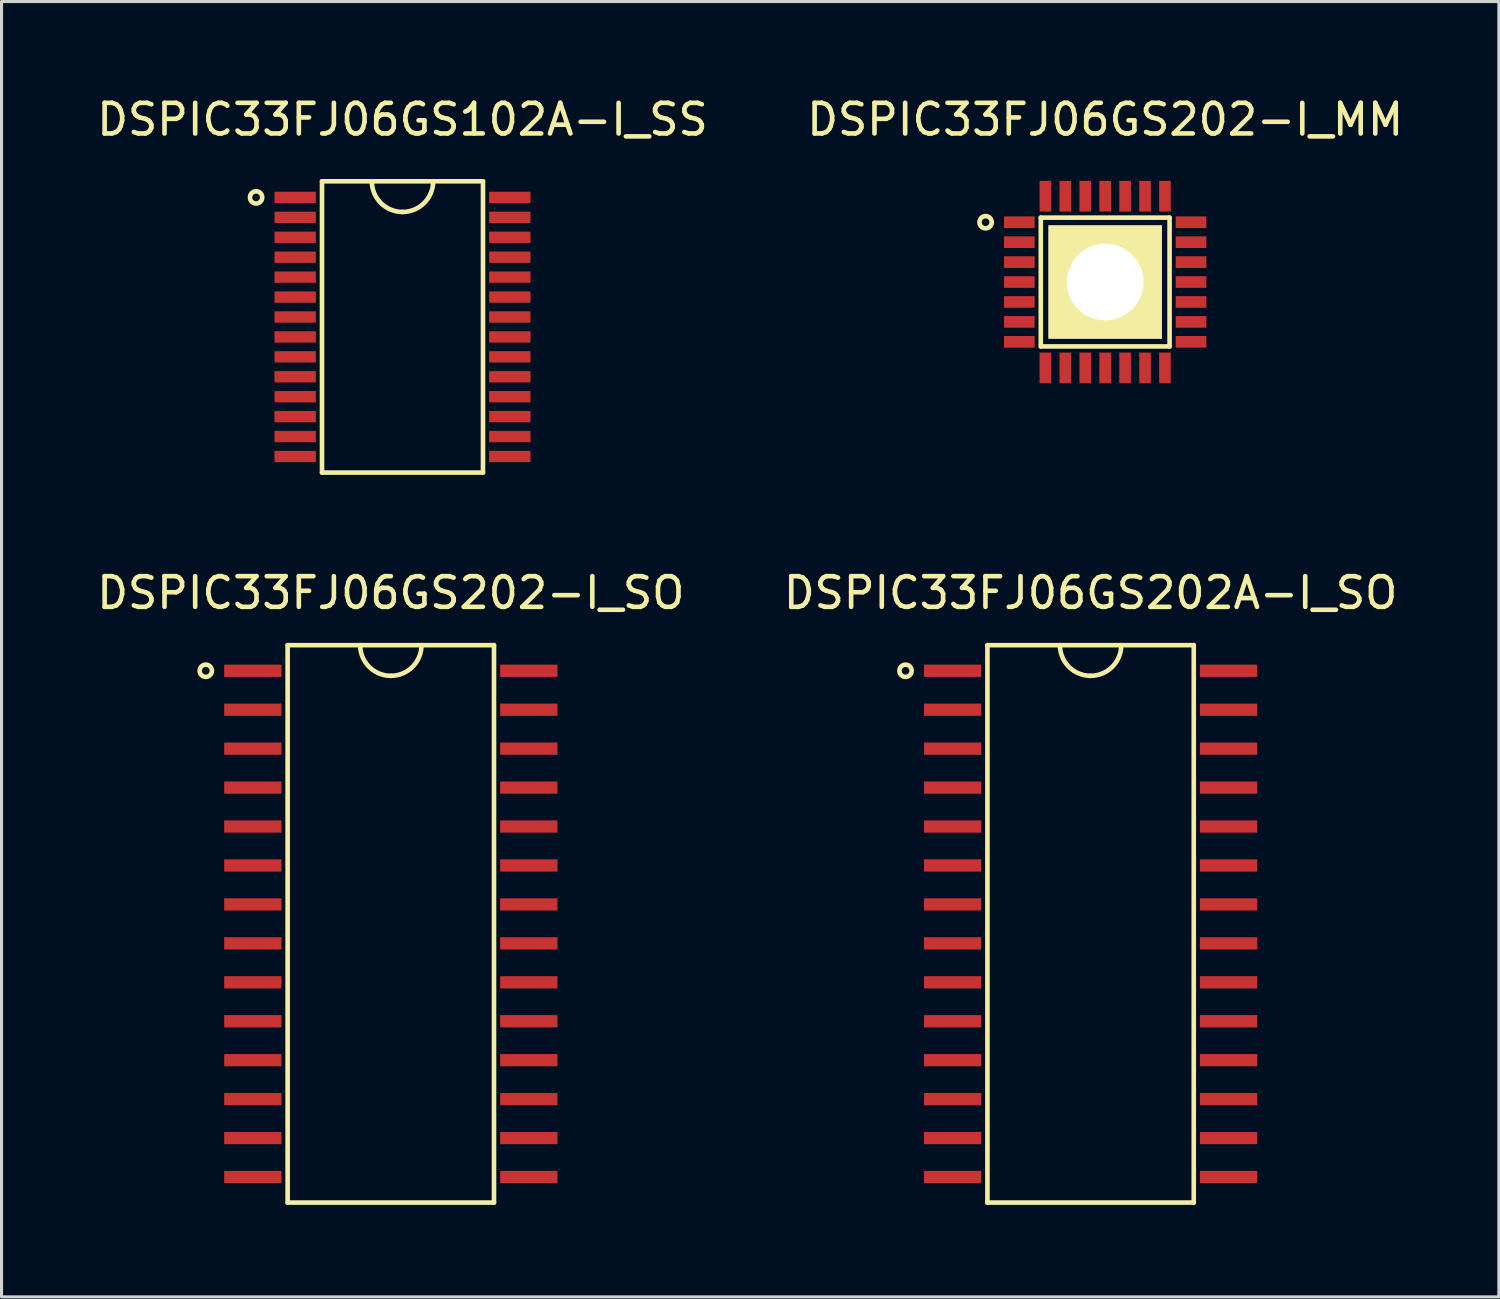
<source format=kicad_pcb>
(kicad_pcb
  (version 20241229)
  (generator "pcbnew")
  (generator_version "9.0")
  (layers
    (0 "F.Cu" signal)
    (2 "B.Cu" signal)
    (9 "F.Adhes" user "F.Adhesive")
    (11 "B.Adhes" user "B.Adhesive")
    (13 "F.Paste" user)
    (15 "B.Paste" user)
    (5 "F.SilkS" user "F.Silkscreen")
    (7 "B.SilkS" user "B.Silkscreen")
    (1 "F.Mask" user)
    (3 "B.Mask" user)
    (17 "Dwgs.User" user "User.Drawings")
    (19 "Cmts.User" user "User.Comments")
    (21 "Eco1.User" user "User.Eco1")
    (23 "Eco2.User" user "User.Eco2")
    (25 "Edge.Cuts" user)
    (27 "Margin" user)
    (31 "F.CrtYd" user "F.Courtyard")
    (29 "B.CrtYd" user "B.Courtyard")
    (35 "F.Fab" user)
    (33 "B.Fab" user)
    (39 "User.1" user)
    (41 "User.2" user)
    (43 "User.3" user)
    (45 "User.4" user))
  (footprint "DSPIC33FJ06GS102A-I_SS"
    (layer "F.Cu")
    (at 6.577 3.388)
    (property "Reference" "DSPIC33FJ06GS102A-I_SS" (at 3.5 -2.54 0) (layer "F.SilkS") (effects (font (size 1 1) (thickness 0.15))))
    (attr through_hole)
    (fp_line (start 0.875 -0.525) (end 6.125 -0.525) (stroke (width 0.15) (type solid)) (layer "F.SilkS"))
    (fp_line (start 0.875 8.975) (end 0.875 -0.525) (stroke (width 0.15) (type solid)) (layer "F.SilkS"))
    (fp_line (start 6.125 -0.525) (end 6.125 8.975) (stroke (width 0.15) (type solid)) (layer "F.SilkS"))
    (fp_line (start 6.125 8.975) (end 0.875 8.975) (stroke (width 0.15) (type solid)) (layer "F.SilkS"))
    (fp_arc (start 3.5 0.475) (mid 2.792893 0.182107) (end 2.5 -0.525) (stroke (width 0.15) (type solid)) (layer "F.SilkS"))
    (fp_arc (start 4.5 -0.525) (mid 4.207107 0.182107) (end 3.5 0.475) (stroke (width 0.15) (type solid)) (layer "F.SilkS"))
    (fp_circle (center -1.275 0) (end -1.275 0.2) (stroke (width 0.15) (type solid)) (fill no) (layer "F.SilkS"))
    (pad "1" smd rect (at 0 0) (size 1.35 0.37) (layers "F.Cu" "F.Mask" "F.Paste"))
    (pad "2" smd rect (at 0 0.65) (size 1.35 0.37) (layers "F.Cu" "F.Mask" "F.Paste"))
    (pad "3" smd rect (at 0 1.3) (size 1.35 0.37) (layers "F.Cu" "F.Mask" "F.Paste"))
    (pad "4" smd rect (at 0 1.95) (size 1.35 0.37) (layers "F.Cu" "F.Mask" "F.Paste"))
    (pad "5" smd rect (at 0 2.6) (size 1.35 0.37) (layers "F.Cu" "F.Mask" "F.Paste"))
    (pad "6" smd rect (at 0 3.25) (size 1.35 0.37) (layers "F.Cu" "F.Mask" "F.Paste"))
    (pad "7" smd rect (at 0 3.9) (size 1.35 0.37) (layers "F.Cu" "F.Mask" "F.Paste"))
    (pad "8" smd rect (at 0 4.55) (size 1.35 0.37) (layers "F.Cu" "F.Mask" "F.Paste"))
    (pad "9" smd rect (at 0 5.2) (size 1.35 0.37) (layers "F.Cu" "F.Mask" "F.Paste"))
    (pad "10" smd rect (at 0 5.85) (size 1.35 0.37) (layers "F.Cu" "F.Mask" "F.Paste"))
    (pad "11" smd rect (at 0 6.5) (size 1.35 0.37) (layers "F.Cu" "F.Mask" "F.Paste"))
    (pad "12" smd rect (at 0 7.15) (size 1.35 0.37) (layers "F.Cu" "F.Mask" "F.Paste"))
    (pad "13" smd rect (at 0 7.8) (size 1.35 0.37) (layers "F.Cu" "F.Mask" "F.Paste"))
    (pad "14" smd rect (at 0 8.45) (size 1.35 0.37) (layers "F.Cu" "F.Mask" "F.Paste"))
    (pad "15" smd rect (at 7 8.45) (size 1.35 0.37) (layers "F.Cu" "F.Mask" "F.Paste"))
    (pad "16" smd rect (at 7 7.8) (size 1.35 0.37) (layers "F.Cu" "F.Mask" "F.Paste"))
    (pad "17" smd rect (at 7 7.15) (size 1.35 0.37) (layers "F.Cu" "F.Mask" "F.Paste"))
    (pad "18" smd rect (at 7 6.5) (size 1.35 0.37) (layers "F.Cu" "F.Mask" "F.Paste"))
    (pad "19" smd rect (at 7 5.85) (size 1.35 0.37) (layers "F.Cu" "F.Mask" "F.Paste"))
    (pad "20" smd rect (at 7 5.2) (size 1.35 0.37) (layers "F.Cu" "F.Mask" "F.Paste"))
    (pad "21" smd rect (at 7 4.55) (size 1.35 0.37) (layers "F.Cu" "F.Mask" "F.Paste"))
    (pad "22" smd rect (at 7 3.9) (size 1.35 0.37) (layers "F.Cu" "F.Mask" "F.Paste"))
    (pad "23" smd rect (at 7 3.25) (size 1.35 0.37) (layers "F.Cu" "F.Mask" "F.Paste"))
    (pad "24" smd rect (at 7 2.6) (size 1.35 0.37) (layers "F.Cu" "F.Mask" "F.Paste"))
    (pad "25" smd rect (at 7 1.95) (size 1.35 0.37) (layers "F.Cu" "F.Mask" "F.Paste"))
    (pad "26" smd rect (at 7 1.3) (size 1.35 0.37) (layers "F.Cu" "F.Mask" "F.Paste"))
    (pad "27" smd rect (at 7 0.65) (size 1.35 0.37) (layers "F.Cu" "F.Mask" "F.Paste"))
    (pad "28" smd rect (at 7 0) (size 1.35 0.37) (layers "F.Cu" "F.Mask" "F.Paste")))
  (footprint "DSPIC33FJ06GS202A-I_SO"
    (layer "F.Cu")
    (at 28.018 18.826)
    (property "Reference" "DSPIC33FJ06GS202A-I_SO" (at 4.5 -2.54 0) (layer "F.SilkS") (effects (font (size 1 1) (thickness 0.15))))
    (attr through_hole)
    (fp_line (start 1.135 -0.835) (end 7.865 -0.835) (stroke (width 0.15) (type solid)) (layer "F.SilkS"))
    (fp_line (start 1.135 17.345) (end 1.135 -0.835) (stroke (width 0.15) (type solid)) (layer "F.SilkS"))
    (fp_line (start 7.865 -0.835) (end 7.865 17.345) (stroke (width 0.15) (type solid)) (layer "F.SilkS"))
    (fp_line (start 7.865 17.345) (end 1.135 17.345) (stroke (width 0.15) (type solid)) (layer "F.SilkS"))
    (fp_arc (start 4.5 0.165) (mid 3.792893 -0.127893) (end 3.5 -0.835) (stroke (width 0.15) (type solid)) (layer "F.SilkS"))
    (fp_arc (start 5.5 -0.835) (mid 5.207107 -0.127893) (end 4.5 0.165) (stroke (width 0.15) (type solid)) (layer "F.SilkS"))
    (fp_circle (center -1.535 0) (end -1.535 0.2) (stroke (width 0.15) (type solid)) (fill no) (layer "F.SilkS"))
    (pad "1" smd rect (at 0 0) (size 1.87 0.4) (layers "F.Cu" "F.Mask" "F.Paste"))
    (pad "2" smd rect (at 0 1.27) (size 1.87 0.4) (layers "F.Cu" "F.Mask" "F.Paste"))
    (pad "3" smd rect (at 0 2.54) (size 1.87 0.4) (layers "F.Cu" "F.Mask" "F.Paste"))
    (pad "4" smd rect (at 0 3.81) (size 1.87 0.4) (layers "F.Cu" "F.Mask" "F.Paste"))
    (pad "5" smd rect (at 0 5.08) (size 1.87 0.4) (layers "F.Cu" "F.Mask" "F.Paste"))
    (pad "6" smd rect (at 0 6.35) (size 1.87 0.4) (layers "F.Cu" "F.Mask" "F.Paste"))
    (pad "7" smd rect (at 0 7.62) (size 1.87 0.4) (layers "F.Cu" "F.Mask" "F.Paste"))
    (pad "8" smd rect (at 0 8.89) (size 1.87 0.4) (layers "F.Cu" "F.Mask" "F.Paste"))
    (pad "9" smd rect (at 0 10.16) (size 1.87 0.4) (layers "F.Cu" "F.Mask" "F.Paste"))
    (pad "10" smd rect (at 0 11.43) (size 1.87 0.4) (layers "F.Cu" "F.Mask" "F.Paste"))
    (pad "11" smd rect (at 0 12.7) (size 1.87 0.4) (layers "F.Cu" "F.Mask" "F.Paste"))
    (pad "12" smd rect (at 0 13.97) (size 1.87 0.4) (layers "F.Cu" "F.Mask" "F.Paste"))
    (pad "13" smd rect (at 0 15.24) (size 1.87 0.4) (layers "F.Cu" "F.Mask" "F.Paste"))
    (pad "14" smd rect (at 0 16.51) (size 1.87 0.4) (layers "F.Cu" "F.Mask" "F.Paste"))
    (pad "15" smd rect (at 9 16.51) (size 1.87 0.4) (layers "F.Cu" "F.Mask" "F.Paste"))
    (pad "16" smd rect (at 9 15.24) (size 1.87 0.4) (layers "F.Cu" "F.Mask" "F.Paste"))
    (pad "17" smd rect (at 9 13.97) (size 1.87 0.4) (layers "F.Cu" "F.Mask" "F.Paste"))
    (pad "18" smd rect (at 9 12.7) (size 1.87 0.4) (layers "F.Cu" "F.Mask" "F.Paste"))
    (pad "19" smd rect (at 9 11.43) (size 1.87 0.4) (layers "F.Cu" "F.Mask" "F.Paste"))
    (pad "20" smd rect (at 9 10.16) (size 1.87 0.4) (layers "F.Cu" "F.Mask" "F.Paste"))
    (pad "21" smd rect (at 9 8.89) (size 1.87 0.4) (layers "F.Cu" "F.Mask" "F.Paste"))
    (pad "22" smd rect (at 9 7.62) (size 1.87 0.4) (layers "F.Cu" "F.Mask" "F.Paste"))
    (pad "23" smd rect (at 9 6.35) (size 1.87 0.4) (layers "F.Cu" "F.Mask" "F.Paste"))
    (pad "24" smd rect (at 9 5.08) (size 1.87 0.4) (layers "F.Cu" "F.Mask" "F.Paste"))
    (pad "25" smd rect (at 9 3.81) (size 1.87 0.4) (layers "F.Cu" "F.Mask" "F.Paste"))
    (pad "26" smd rect (at 9 2.54) (size 1.87 0.4) (layers "F.Cu" "F.Mask" "F.Paste"))
    (pad "27" smd rect (at 9 1.27) (size 1.87 0.4) (layers "F.Cu" "F.Mask" "F.Paste"))
    (pad "28" smd rect (at 9 0) (size 1.87 0.4) (layers "F.Cu" "F.Mask" "F.Paste")))
  (footprint "DSPIC33FJ06GS202-I_MM"
    (layer "F.Cu")
    (at 30.194 3.348)
    (property "Reference" "DSPIC33FJ06GS202-I_MM" (at 2.8 -2.5 0) (layer "F.SilkS") (effects (font (size 1 1) (thickness 0.15))))
    (attr through_hole)
    (fp_line (start 0.7 0.7) (end 0.7 4.9) (stroke (width 0.15) (type solid)) (layer "F.SilkS"))
    (fp_line (start 0.7 0.7) (end 4.9 0.7) (stroke (width 0.15) (type solid)) (layer "F.SilkS"))
    (fp_line (start 0.7 4.9) (end 4.9 4.9) (stroke (width 0.15) (type solid)) (layer "F.SilkS"))
    (fp_line (start 4.9 4.9) (end 4.9 0.7) (stroke (width 0.15) (type solid)) (layer "F.SilkS"))
    (fp_circle (center -1.1 0.85) (end -1.1 0.65) (stroke (width 0.15) (type solid)) (fill no) (layer "F.SilkS"))
    (fp_circle (center 1.7 1.7) (end 1.7 1.2) (stroke (width 0.15) (type solid)) (fill no) (layer "F.SilkS"))
    (pad "1" smd rect (at 0 0.85) (size 1 0.38) (layers "F.Cu" "F.Mask" "F.Paste"))
    (pad "2" smd rect (at 0 1.5) (size 1 0.38) (layers "F.Cu" "F.Mask" "F.Paste"))
    (pad "3" smd rect (at 0 2.15) (size 1 0.38) (layers "F.Cu" "F.Mask" "F.Paste"))
    (pad "4" smd rect (at 0 2.8) (size 1 0.38) (layers "F.Cu" "F.Mask" "F.Paste"))
    (pad "5" smd rect (at 0 3.45) (size 1 0.38) (layers "F.Cu" "F.Mask" "F.Paste"))
    (pad "6" smd rect (at 0 4.1) (size 1 0.38) (layers "F.Cu" "F.Mask" "F.Paste"))
    (pad "7" smd rect (at 0 4.75) (size 1 0.38) (layers "F.Cu" "F.Mask" "F.Paste"))
    (pad "8" smd rect (at 0.85 5.6) (size 0.38 1) (layers "F.Cu" "F.Mask" "F.Paste"))
    (pad "9" smd rect (at 1.5 5.6) (size 0.38 1) (layers "F.Cu" "F.Mask" "F.Paste"))
    (pad "10" smd rect (at 2.15 5.6) (size 0.38 1) (layers "F.Cu" "F.Mask" "F.Paste"))
    (pad "11" smd rect (at 2.8 5.6) (size 0.38 1) (layers "F.Cu" "F.Mask" "F.Paste"))
    (pad "12" smd rect (at 3.45 5.6) (size 0.38 1) (layers "F.Cu" "F.Mask" "F.Paste"))
    (pad "13" smd rect (at 4.1 5.6) (size 0.38 1) (layers "F.Cu" "F.Mask" "F.Paste"))
    (pad "14" smd rect (at 4.75 5.6) (size 0.38 1) (layers "F.Cu" "F.Mask" "F.Paste"))
    (pad "15" smd rect (at 5.6 4.75) (size 1 0.38) (layers "F.Cu" "F.Mask" "F.Paste"))
    (pad "16" smd rect (at 5.6 4.1) (size 1 0.38) (layers "F.Cu" "F.Mask" "F.Paste"))
    (pad "17" smd rect (at 5.6 3.45) (size 1 0.38) (layers "F.Cu" "F.Mask" "F.Paste"))
    (pad "18" smd rect (at 5.6 2.8) (size 1 0.38) (layers "F.Cu" "F.Mask" "F.Paste"))
    (pad "19" smd rect (at 5.6 2.15) (size 1 0.38) (layers "F.Cu" "F.Mask" "F.Paste"))
    (pad "20" smd rect (at 5.6 1.5) (size 1 0.38) (layers "F.Cu" "F.Mask" "F.Paste"))
    (pad "21" smd rect (at 5.6 0.85) (size 1 0.38) (layers "F.Cu" "F.Mask" "F.Paste"))
    (pad "22" smd rect (at 4.75 0) (size 0.38 1) (layers "F.Cu" "F.Mask" "F.Paste"))
    (pad "23" smd rect (at 4.1 0) (size 0.38 1) (layers "F.Cu" "F.Mask" "F.Paste"))
    (pad "24" smd rect (at 3.45 0) (size 0.38 1) (layers "F.Cu" "F.Mask" "F.Paste"))
    (pad "25" smd rect (at 2.8 0) (size 0.38 1) (layers "F.Cu" "F.Mask" "F.Paste"))
    (pad "26" smd rect (at 2.15 0) (size 0.38 1) (layers "F.Cu" "F.Mask" "F.Paste"))
    (pad "27" smd rect (at 1.5 0) (size 0.38 1) (layers "F.Cu" "F.Mask" "F.Paste"))
    (pad "28" smd rect (at 0.85 0) (size 0.38 1) (layers "F.Cu" "F.Mask" "F.Paste"))
    (pad "999" thru_hole rect (at 2.8 2.8) (size 3.7 3.7) (drill 2.5) (layers "*.Cu" "*.Mask" "F.SilkS")))
  (footprint "DSPIC33FJ06GS202-I_SO"
    (layer "F.Cu")
    (at 5.196 18.826)
    (property "Reference" "DSPIC33FJ06GS202-I_SO" (at 4.5 -2.54 0) (layer "F.SilkS") (effects (font (size 1 1) (thickness 0.15))))
    (attr through_hole)
    (fp_line (start 1.135 -0.835) (end 7.865 -0.835) (stroke (width 0.15) (type solid)) (layer "F.SilkS"))
    (fp_line (start 1.135 17.345) (end 1.135 -0.835) (stroke (width 0.15) (type solid)) (layer "F.SilkS"))
    (fp_line (start 7.865 -0.835) (end 7.865 17.345) (stroke (width 0.15) (type solid)) (layer "F.SilkS"))
    (fp_line (start 7.865 17.345) (end 1.135 17.345) (stroke (width 0.15) (type solid)) (layer "F.SilkS"))
    (fp_arc (start 4.5 0.165) (mid 3.792893 -0.127893) (end 3.5 -0.835) (stroke (width 0.15) (type solid)) (layer "F.SilkS"))
    (fp_arc (start 5.5 -0.835) (mid 5.207107 -0.127893) (end 4.5 0.165) (stroke (width 0.15) (type solid)) (layer "F.SilkS"))
    (fp_circle (center -1.535 0) (end -1.535 0.2) (stroke (width 0.15) (type solid)) (fill no) (layer "F.SilkS"))
    (pad "1" smd rect (at 0 0) (size 1.87 0.4) (layers "F.Cu" "F.Mask" "F.Paste"))
    (pad "2" smd rect (at 0 1.27) (size 1.87 0.4) (layers "F.Cu" "F.Mask" "F.Paste"))
    (pad "3" smd rect (at 0 2.54) (size 1.87 0.4) (layers "F.Cu" "F.Mask" "F.Paste"))
    (pad "4" smd rect (at 0 3.81) (size 1.87 0.4) (layers "F.Cu" "F.Mask" "F.Paste"))
    (pad "5" smd rect (at 0 5.08) (size 1.87 0.4) (layers "F.Cu" "F.Mask" "F.Paste"))
    (pad "6" smd rect (at 0 6.35) (size 1.87 0.4) (layers "F.Cu" "F.Mask" "F.Paste"))
    (pad "7" smd rect (at 0 7.62) (size 1.87 0.4) (layers "F.Cu" "F.Mask" "F.Paste"))
    (pad "8" smd rect (at 0 8.89) (size 1.87 0.4) (layers "F.Cu" "F.Mask" "F.Paste"))
    (pad "9" smd rect (at 0 10.16) (size 1.87 0.4) (layers "F.Cu" "F.Mask" "F.Paste"))
    (pad "10" smd rect (at 0 11.43) (size 1.87 0.4) (layers "F.Cu" "F.Mask" "F.Paste"))
    (pad "11" smd rect (at 0 12.7) (size 1.87 0.4) (layers "F.Cu" "F.Mask" "F.Paste"))
    (pad "12" smd rect (at 0 13.97) (size 1.87 0.4) (layers "F.Cu" "F.Mask" "F.Paste"))
    (pad "13" smd rect (at 0 15.24) (size 1.87 0.4) (layers "F.Cu" "F.Mask" "F.Paste"))
    (pad "14" smd rect (at 0 16.51) (size 1.87 0.4) (layers "F.Cu" "F.Mask" "F.Paste"))
    (pad "15" smd rect (at 9 16.51) (size 1.87 0.4) (layers "F.Cu" "F.Mask" "F.Paste"))
    (pad "16" smd rect (at 9 15.24) (size 1.87 0.4) (layers "F.Cu" "F.Mask" "F.Paste"))
    (pad "17" smd rect (at 9 13.97) (size 1.87 0.4) (layers "F.Cu" "F.Mask" "F.Paste"))
    (pad "18" smd rect (at 9 12.7) (size 1.87 0.4) (layers "F.Cu" "F.Mask" "F.Paste"))
    (pad "19" smd rect (at 9 11.43) (size 1.87 0.4) (layers "F.Cu" "F.Mask" "F.Paste"))
    (pad "20" smd rect (at 9 10.16) (size 1.87 0.4) (layers "F.Cu" "F.Mask" "F.Paste"))
    (pad "21" smd rect (at 9 8.89) (size 1.87 0.4) (layers "F.Cu" "F.Mask" "F.Paste"))
    (pad "22" smd rect (at 9 7.62) (size 1.87 0.4) (layers "F.Cu" "F.Mask" "F.Paste"))
    (pad "23" smd rect (at 9 6.35) (size 1.87 0.4) (layers "F.Cu" "F.Mask" "F.Paste"))
    (pad "24" smd rect (at 9 5.08) (size 1.87 0.4) (layers "F.Cu" "F.Mask" "F.Paste"))
    (pad "25" smd rect (at 9 3.81) (size 1.87 0.4) (layers "F.Cu" "F.Mask" "F.Paste"))
    (pad "26" smd rect (at 9 2.54) (size 1.87 0.4) (layers "F.Cu" "F.Mask" "F.Paste"))
    (pad "27" smd rect (at 9 1.27) (size 1.87 0.4) (layers "F.Cu" "F.Mask" "F.Paste"))
    (pad "28" smd rect (at 9 0) (size 1.87 0.4) (layers "F.Cu" "F.Mask" "F.Paste")))
  (gr_rect
    (start -3 -3)
    (end 45.833 39.246)
    (stroke (width 0.1) (type default))
    (fill no)
    (layer "Edge.Cuts")))
</source>
